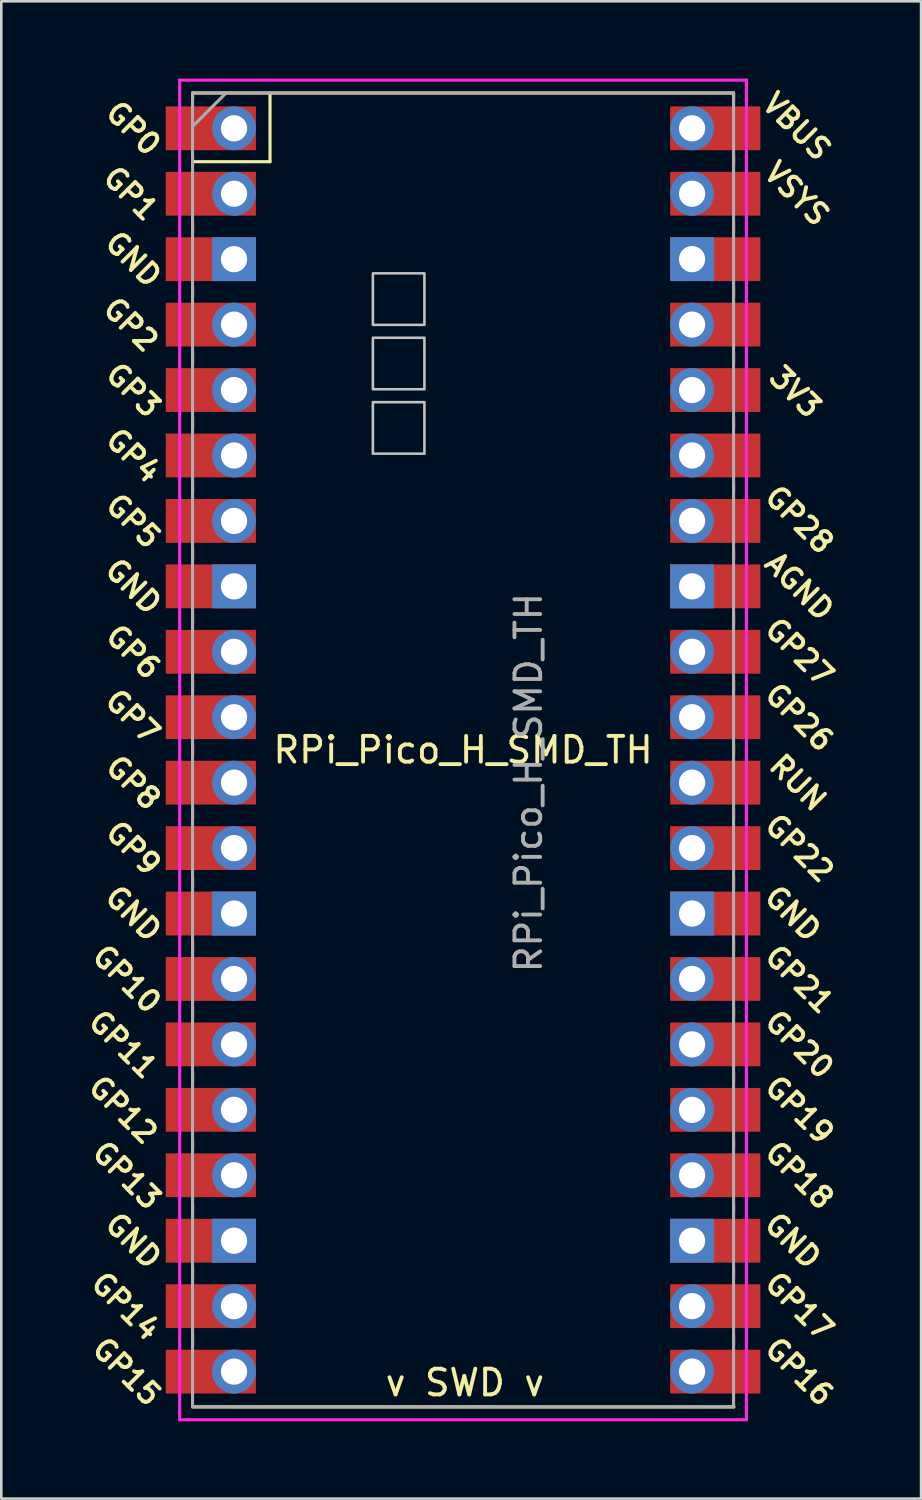
<source format=kicad_pcb>
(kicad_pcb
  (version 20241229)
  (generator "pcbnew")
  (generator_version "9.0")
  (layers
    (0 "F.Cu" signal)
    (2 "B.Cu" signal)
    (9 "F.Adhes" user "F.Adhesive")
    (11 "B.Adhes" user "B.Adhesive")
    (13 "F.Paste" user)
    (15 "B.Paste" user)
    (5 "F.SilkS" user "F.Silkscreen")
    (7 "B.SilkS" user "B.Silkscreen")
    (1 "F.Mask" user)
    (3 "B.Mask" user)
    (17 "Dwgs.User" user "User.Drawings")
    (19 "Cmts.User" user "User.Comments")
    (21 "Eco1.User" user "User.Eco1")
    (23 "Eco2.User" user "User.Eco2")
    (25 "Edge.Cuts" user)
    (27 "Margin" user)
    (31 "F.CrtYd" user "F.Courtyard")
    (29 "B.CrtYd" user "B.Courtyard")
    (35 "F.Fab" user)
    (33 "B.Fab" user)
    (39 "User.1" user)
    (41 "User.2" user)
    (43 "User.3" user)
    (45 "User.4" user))
  (footprint "RPi_Pico_H_SMD_TH"
    (layer "F.Cu")
    (at 14.924 26.06)
    (property "Reference" "RPi_Pico_H_SMD_TH" (at 0 0 0) (layer "F.SilkS") (effects (font (size 1 1) (thickness 0.15))))
    (attr through_hole)
    (fp_line (start -10.5 -25.5) (end -10.5 -25.2) (stroke (width 0.12) (type solid)) (layer "F.SilkS"))
    (fp_line (start -10.5 -25.5) (end 10.5 -25.5) (stroke (width 0.12) (type solid)) (layer "F.SilkS"))
    (fp_line (start -10.5 -23.1) (end -10.5 -22.7) (stroke (width 0.12) (type solid)) (layer "F.SilkS"))
    (fp_line (start -10.5 -22.833) (end -7.493 -22.833) (stroke (width 0.12) (type solid)) (layer "F.SilkS"))
    (fp_line (start -10.5 -20.5) (end -10.5 -20.1) (stroke (width 0.12) (type solid)) (layer "F.SilkS"))
    (fp_line (start -10.5 -18) (end -10.5 -17.6) (stroke (width 0.12) (type solid)) (layer "F.SilkS"))
    (fp_line (start -10.5 -15.4) (end -10.5 -15) (stroke (width 0.12) (type solid)) (layer "F.SilkS"))
    (fp_line (start -10.5 -12.9) (end -10.5 -12.5) (stroke (width 0.12) (type solid)) (layer "F.SilkS"))
    (fp_line (start -10.5 -10.4) (end -10.5 -10) (stroke (width 0.12) (type solid)) (layer "F.SilkS"))
    (fp_line (start -10.5 -7.8) (end -10.5 -7.4) (stroke (width 0.12) (type solid)) (layer "F.SilkS"))
    (fp_line (start -10.5 -5.3) (end -10.5 -4.9) (stroke (width 0.12) (type solid)) (layer "F.SilkS"))
    (fp_line (start -10.5 -2.7) (end -10.5 -2.3) (stroke (width 0.12) (type solid)) (layer "F.SilkS"))
    (fp_line (start -10.5 -0.2) (end -10.5 0.2) (stroke (width 0.12) (type solid)) (layer "F.SilkS"))
    (fp_line (start -10.5 2.3) (end -10.5 2.7) (stroke (width 0.12) (type solid)) (layer "F.SilkS"))
    (fp_line (start -10.5 4.9) (end -10.5 5.3) (stroke (width 0.12) (type solid)) (layer "F.SilkS"))
    (fp_line (start -10.5 7.4) (end -10.5 7.8) (stroke (width 0.12) (type solid)) (layer "F.SilkS"))
    (fp_line (start -10.5 10) (end -10.5 10.4) (stroke (width 0.12) (type solid)) (layer "F.SilkS"))
    (fp_line (start -10.5 12.5) (end -10.5 12.9) (stroke (width 0.12) (type solid)) (layer "F.SilkS"))
    (fp_line (start -10.5 15.1) (end -10.5 15.5) (stroke (width 0.12) (type solid)) (layer "F.SilkS"))
    (fp_line (start -10.5 17.6) (end -10.5 18) (stroke (width 0.12) (type solid)) (layer "F.SilkS"))
    (fp_line (start -10.5 20.1) (end -10.5 20.5) (stroke (width 0.12) (type solid)) (layer "F.SilkS"))
    (fp_line (start -10.5 22.7) (end -10.5 23.1) (stroke (width 0.12) (type solid)) (layer "F.SilkS"))
    (fp_line (start -7.493 -22.833) (end -7.493 -25.5) (stroke (width 0.12) (type solid)) (layer "F.SilkS"))
    (fp_line (start 10.5 -25.5) (end 10.5 -25.2) (stroke (width 0.12) (type solid)) (layer "F.SilkS"))
    (fp_line (start 10.5 -23.1) (end 10.5 -22.7) (stroke (width 0.12) (type solid)) (layer "F.SilkS"))
    (fp_line (start 10.5 -20.5) (end 10.5 -20.1) (stroke (width 0.12) (type solid)) (layer "F.SilkS"))
    (fp_line (start 10.5 -18) (end 10.5 -17.6) (stroke (width 0.12) (type solid)) (layer "F.SilkS"))
    (fp_line (start 10.5 -15.4) (end 10.5 -15) (stroke (width 0.12) (type solid)) (layer "F.SilkS"))
    (fp_line (start 10.5 -12.9) (end 10.5 -12.5) (stroke (width 0.12) (type solid)) (layer "F.SilkS"))
    (fp_line (start 10.5 -10.4) (end 10.5 -10) (stroke (width 0.12) (type solid)) (layer "F.SilkS"))
    (fp_line (start 10.5 -7.8) (end 10.5 -7.4) (stroke (width 0.12) (type solid)) (layer "F.SilkS"))
    (fp_line (start 10.5 -5.3) (end 10.5 -4.9) (stroke (width 0.12) (type solid)) (layer "F.SilkS"))
    (fp_line (start 10.5 -2.7) (end 10.5 -2.3) (stroke (width 0.12) (type solid)) (layer "F.SilkS"))
    (fp_line (start 10.5 -0.2) (end 10.5 0.2) (stroke (width 0.12) (type solid)) (layer "F.SilkS"))
    (fp_line (start 10.5 2.3) (end 10.5 2.7) (stroke (width 0.12) (type solid)) (layer "F.SilkS"))
    (fp_line (start 10.5 4.9) (end 10.5 5.3) (stroke (width 0.12) (type solid)) (layer "F.SilkS"))
    (fp_line (start 10.5 7.4) (end 10.5 7.8) (stroke (width 0.12) (type solid)) (layer "F.SilkS"))
    (fp_line (start 10.5 10) (end 10.5 10.4) (stroke (width 0.12) (type solid)) (layer "F.SilkS"))
    (fp_line (start 10.5 12.5) (end 10.5 12.9) (stroke (width 0.12) (type solid)) (layer "F.SilkS"))
    (fp_line (start 10.5 15.1) (end 10.5 15.5) (stroke (width 0.12) (type solid)) (layer "F.SilkS"))
    (fp_line (start 10.5 17.6) (end 10.5 18) (stroke (width 0.12) (type solid)) (layer "F.SilkS"))
    (fp_line (start 10.5 20.1) (end 10.5 20.5) (stroke (width 0.12) (type solid)) (layer "F.SilkS"))
    (fp_line (start 10.5 22.7) (end 10.5 23.1) (stroke (width 0.12) (type solid)) (layer "F.SilkS"))
    (fp_line (start 10.516 25.502) (end -10.5 25.5) (stroke (width 0.12) (type solid)) (layer "F.SilkS"))
    (fp_poly (pts (xy -1.5 -16.5) (xy -3.5 -16.5) (xy -3.5 -18.5) (xy -1.5 -18.5)) (stroke (width 0.1) (type solid)) (fill no) (layer "Dwgs.User"))
    (fp_poly (pts (xy -1.5 -14) (xy -3.5 -14) (xy -3.5 -16) (xy -1.5 -16)) (stroke (width 0.1) (type solid)) (fill no) (layer "Dwgs.User"))
    (fp_poly (pts (xy -1.5 -11.5) (xy -3.5 -11.5) (xy -3.5 -13.5) (xy -1.5 -13.5)) (stroke (width 0.1) (type solid)) (fill no) (layer "Dwgs.User"))
    (fp_line (start -11 -26) (end 11 -26) (stroke (width 0.12) (type solid)) (layer "F.CrtYd"))
    (fp_line (start -11 26) (end -11 -26) (stroke (width 0.12) (type solid)) (layer "F.CrtYd"))
    (fp_line (start 11 -26) (end 11 26) (stroke (width 0.12) (type solid)) (layer "F.CrtYd"))
    (fp_line (start 11 26) (end -11 26) (stroke (width 0.12) (type solid)) (layer "F.CrtYd"))
    (fp_line (start -10.5 -25.5) (end 10.5 -25.5) (stroke (width 0.12) (type solid)) (layer "F.Fab"))
    (fp_line (start -10.5 -24.2) (end -9.2 -25.5) (stroke (width 0.12) (type solid)) (layer "F.Fab"))
    (fp_line (start -10.5 25.5) (end -10.5 -25.5) (stroke (width 0.12) (type solid)) (layer "F.Fab"))
    (fp_line (start 10.5 -25.5) (end 10.5 25.5) (stroke (width 0.12) (type solid)) (layer "F.Fab"))
    (fp_line (start 10.5 25.5) (end -10.5 25.5) (stroke (width 0.12) (type solid)) (layer "F.Fab"))
    (fp_text user "GP21" (at 13.054 8.9 135) (layer "F.SilkS") (effects (font (size 0.8 0.8) (thickness 0.15))))
    (fp_text user "GP10" (at -13.054 8.89 135) (layer "F.SilkS") (effects (font (size 0.8 0.8) (thickness 0.15))))
    (fp_text user "GP26" (at 13.054 -1.27 135) (layer "F.SilkS") (effects (font (size 0.8 0.8) (thickness 0.15))))
    (fp_text user "GP5" (at -12.8 -8.89 135) (layer "F.SilkS") (effects (font (size 0.8 0.8) (thickness 0.15))))
    (fp_text user "GP3" (at -12.8 -13.97 135) (layer "F.SilkS") (effects (font (size 0.8 0.8) (thickness 0.15))))
    (fp_text user "GP19" (at 13.054 13.97 135) (layer "F.SilkS") (effects (font (size 0.8 0.8) (thickness 0.15))))
    (fp_text user "GND" (at -12.8 6.35 135) (layer "F.SilkS") (effects (font (size 0.8 0.8) (thickness 0.15))))
    (fp_text user "GP16" (at 13.054 24.13 135) (layer "F.SilkS") (effects (font (size 0.8 0.8) (thickness 0.15))))
    (fp_text user "GP1" (at -12.9 -21.6 135) (layer "F.SilkS") (effects (font (size 0.8 0.8) (thickness 0.15))))
    (fp_text user "GP0" (at -12.8 -24.13 135) (layer "F.SilkS") (effects (font (size 0.8 0.8) (thickness 0.15))))
    (fp_text user "3V3" (at 12.9 -13.9 135) (layer "F.SilkS") (effects (font (size 0.8 0.8) (thickness 0.15))))
    (fp_text user "GND" (at -12.8 -19.05 135) (layer "F.SilkS") (effects (font (size 0.8 0.8) (thickness 0.15))))
    (fp_text user "GP9" (at -12.8 3.81 135) (layer "F.SilkS") (effects (font (size 0.8 0.8) (thickness 0.15))))
    (fp_text user "GND" (at 12.8 6.35 135) (layer "F.SilkS") (effects (font (size 0.8 0.8) (thickness 0.15))))
    (fp_text user "GP11" (at -13.2 11.43 135) (layer "F.SilkS") (effects (font (size 0.8 0.8) (thickness 0.15))))
    (fp_text user "GP2" (at -12.9 -16.51 135) (layer "F.SilkS") (effects (font (size 0.8 0.8) (thickness 0.15))))
    (fp_text user "GND" (at -12.8 19.05 135) (layer "F.SilkS") (effects (font (size 0.8 0.8) (thickness 0.15))))
    (fp_text user "v SWD v" (at -3.099 25.146 0) (unlocked yes) (layer "F.SilkS") (effects (font (size 1 1) (thickness 0.15)) (justify left bottom)))
    (fp_text user "GP15" (at -13.054 24.13 135) (layer "F.SilkS") (effects (font (size 0.8 0.8) (thickness 0.15))))
    (fp_text user "GP27" (at 13.054 -3.8 135) (layer "F.SilkS") (effects (font (size 0.8 0.8) (thickness 0.15))))
    (fp_text user "GP22" (at 13.054 3.81 135) (layer "F.SilkS") (effects (font (size 0.8 0.8) (thickness 0.15))))
    (fp_text user "VBUS" (at 12.954 -24.2 135) (layer "F.SilkS") (effects (font (size 0.8 0.8) (thickness 0.15))))
    (fp_text user "GP6" (at -12.8 -3.81 135) (layer "F.SilkS") (effects (font (size 0.8 0.8) (thickness 0.15))))
    (fp_text user "GP17" (at 13.054 21.59 135) (layer "F.SilkS") (effects (font (size 0.8 0.8) (thickness 0.15))))
    (fp_text user "GND" (at -12.8 -6.35 135) (layer "F.SilkS") (effects (font (size 0.8 0.8) (thickness 0.15))))
    (fp_text user "GP13" (at -13.054 16.51 135) (layer "F.SilkS") (effects (font (size 0.8 0.8) (thickness 0.15))))
    (fp_text user "GP14" (at -13.1 21.59 135) (layer "F.SilkS") (effects (font (size 0.8 0.8) (thickness 0.15))))
    (fp_text user "GND" (at 12.8 19.05 135) (layer "F.SilkS") (effects (font (size 0.8 0.8) (thickness 0.15))))
    (fp_text user "GP20" (at 13.054 11.43 135) (layer "F.SilkS") (effects (font (size 0.8 0.8) (thickness 0.15))))
    (fp_text user "VSYS" (at 12.954 -21.59 135) (layer "F.SilkS") (effects (font (size 0.8 0.8) (thickness 0.15))))
    (fp_text user "GP28" (at 13.054 -8.94 135) (layer "F.SilkS") (effects (font (size 0.8 0.8) (thickness 0.15))))
    (fp_text user "AGND" (at 13.054 -6.35 135) (layer "F.SilkS") (effects (font (size 0.8 0.8) (thickness 0.15))))
    (fp_text user "RUN" (at 13 1.27 135) (layer "F.SilkS") (effects (font (size 0.8 0.8) (thickness 0.15))))
    (fp_text user "GP12" (at -13.2 13.97 135) (layer "F.SilkS") (effects (font (size 0.8 0.8) (thickness 0.15))))
    (fp_text user "GP18" (at 13.054 16.51 135) (layer "F.SilkS") (effects (font (size 0.8 0.8) (thickness 0.15))))
    (fp_text user "GP8" (at -12.8 1.27 135) (layer "F.SilkS") (effects (font (size 0.8 0.8) (thickness 0.15))))
    (fp_text user "GP7" (at -12.827 -1.3 135) (layer "F.SilkS") (effects (font (size 0.8 0.8) (thickness 0.15))))
    (fp_text user "GP4" (at -12.8 -11.43 135) (layer "F.SilkS") (effects (font (size 0.8 0.8) (thickness 0.15))))
    (fp_text user "${REFERENCE}" (at 2.54 1.27 270) (layer "F.Fab") (effects (font (size 1 1) (thickness 0.15))))
    (pad "1" thru_hole oval (at -8.89 -24.13) (size 1.7 1.7) (drill 1.02) (layers "*.Cu" "*.Mask"))
    (pad "1" smd rect (at -8.89 -24.13) (size 3.5 1.7) (drill (offset -0.9 0)) (layers "F.Cu" "F.Mask"))
    (pad "2" thru_hole oval (at -8.89 -21.59) (size 1.7 1.7) (drill 1.02) (layers "*.Cu" "*.Mask"))
    (pad "2" smd rect (at -8.89 -21.59) (size 3.5 1.7) (drill (offset -0.9 0)) (layers "F.Cu" "F.Mask"))
    (pad "3" thru_hole rect (at -8.89 -19.05) (size 1.7 1.7) (drill 1.02) (layers "*.Cu" "*.Mask"))
    (pad "3" smd rect (at -8.89 -19.05) (size 3.5 1.7) (drill (offset -0.9 0)) (layers "F.Cu" "F.Mask"))
    (pad "4" thru_hole oval (at -8.89 -16.51) (size 1.7 1.7) (drill 1.02) (layers "*.Cu" "*.Mask"))
    (pad "4" smd rect (at -8.89 -16.51) (size 3.5 1.7) (drill (offset -0.9 0)) (layers "F.Cu" "F.Mask"))
    (pad "5" thru_hole oval (at -8.89 -13.97) (size 1.7 1.7) (drill 1.02) (layers "*.Cu" "*.Mask"))
    (pad "5" smd rect (at -8.89 -13.97) (size 3.5 1.7) (drill (offset -0.9 0)) (layers "F.Cu" "F.Mask"))
    (pad "6" thru_hole oval (at -8.89 -11.43) (size 1.7 1.7) (drill 1.02) (layers "*.Cu" "*.Mask"))
    (pad "6" smd rect (at -8.89 -11.43) (size 3.5 1.7) (drill (offset -0.9 0)) (layers "F.Cu" "F.Mask"))
    (pad "7" thru_hole oval (at -8.89 -8.89) (size 1.7 1.7) (drill 1.02) (layers "*.Cu" "*.Mask"))
    (pad "7" smd rect (at -8.89 -8.89) (size 3.5 1.7) (drill (offset -0.9 0)) (layers "F.Cu" "F.Mask"))
    (pad "8" thru_hole rect (at -8.89 -6.35) (size 1.7 1.7) (drill 1.02) (layers "*.Cu" "*.Mask"))
    (pad "8" smd rect (at -8.89 -6.35) (size 3.5 1.7) (drill (offset -0.9 0)) (layers "F.Cu" "F.Mask"))
    (pad "9" thru_hole oval (at -8.89 -3.81) (size 1.7 1.7) (drill 1.02) (layers "*.Cu" "*.Mask"))
    (pad "9" smd rect (at -8.89 -3.81) (size 3.5 1.7) (drill (offset -0.9 0)) (layers "F.Cu" "F.Mask"))
    (pad "10" thru_hole oval (at -8.89 -1.27) (size 1.7 1.7) (drill 1.02) (layers "*.Cu" "*.Mask"))
    (pad "10" smd rect (at -8.89 -1.27) (size 3.5 1.7) (drill (offset -0.9 0)) (layers "F.Cu" "F.Mask"))
    (pad "11" thru_hole oval (at -8.89 1.27) (size 1.7 1.7) (drill 1.02) (layers "*.Cu" "*.Mask"))
    (pad "11" smd rect (at -8.89 1.27) (size 3.5 1.7) (drill (offset -0.9 0)) (layers "F.Cu" "F.Mask"))
    (pad "12" thru_hole oval (at -8.89 3.81) (size 1.7 1.7) (drill 1.02) (layers "*.Cu" "*.Mask"))
    (pad "12" smd rect (at -8.89 3.81) (size 3.5 1.7) (drill (offset -0.9 0)) (layers "F.Cu" "F.Mask"))
    (pad "13" thru_hole rect (at -8.89 6.35) (size 1.7 1.7) (drill 1.02) (layers "*.Cu" "*.Mask"))
    (pad "13" smd rect (at -8.89 6.35) (size 3.5 1.7) (drill (offset -0.9 0)) (layers "F.Cu" "F.Mask"))
    (pad "14" thru_hole oval (at -8.89 8.89) (size 1.7 1.7) (drill 1.02) (layers "*.Cu" "*.Mask"))
    (pad "14" smd rect (at -8.89 8.89) (size 3.5 1.7) (drill (offset -0.9 0)) (layers "F.Cu" "F.Mask"))
    (pad "15" thru_hole oval (at -8.89 11.43) (size 1.7 1.7) (drill 1.02) (layers "*.Cu" "*.Mask"))
    (pad "15" smd rect (at -8.89 11.43) (size 3.5 1.7) (drill (offset -0.9 0)) (layers "F.Cu" "F.Mask"))
    (pad "16" thru_hole oval (at -8.89 13.97) (size 1.7 1.7) (drill 1.02) (layers "*.Cu" "*.Mask"))
    (pad "16" smd rect (at -8.89 13.97) (size 3.5 1.7) (drill (offset -0.9 0)) (layers "F.Cu" "F.Mask"))
    (pad "17" thru_hole oval (at -8.89 16.51) (size 1.7 1.7) (drill 1.02) (layers "*.Cu" "*.Mask"))
    (pad "17" smd rect (at -8.89 16.51) (size 3.5 1.7) (drill (offset -0.9 0)) (layers "F.Cu" "F.Mask"))
    (pad "18" thru_hole rect (at -8.89 19.05) (size 1.7 1.7) (drill 1.02) (layers "*.Cu" "*.Mask"))
    (pad "18" smd rect (at -8.89 19.05) (size 3.5 1.7) (drill (offset -0.9 0)) (layers "F.Cu" "F.Mask"))
    (pad "19" thru_hole oval (at -8.89 21.59) (size 1.7 1.7) (drill 1.02) (layers "*.Cu" "*.Mask"))
    (pad "19" smd rect (at -8.89 21.59) (size 3.5 1.7) (drill (offset -0.9 0)) (layers "F.Cu" "F.Mask"))
    (pad "20" thru_hole oval (at -8.89 24.13) (size 1.7 1.7) (drill 1.02) (layers "*.Cu" "*.Mask"))
    (pad "20" smd rect (at -8.89 24.13) (size 3.5 1.7) (drill (offset -0.9 0)) (layers "F.Cu" "F.Mask"))
    (pad "21" thru_hole oval (at 8.89 24.13) (size 1.7 1.7) (drill 1.02) (layers "*.Cu" "*.Mask"))
    (pad "21" smd rect (at 8.89 24.13) (size 3.5 1.7) (drill (offset 0.9 0)) (layers "F.Cu" "F.Mask"))
    (pad "22" thru_hole oval (at 8.89 21.59) (size 1.7 1.7) (drill 1.02) (layers "*.Cu" "*.Mask"))
    (pad "22" smd rect (at 8.89 21.59) (size 3.5 1.7) (drill (offset 0.9 0)) (layers "F.Cu" "F.Mask"))
    (pad "23" thru_hole rect (at 8.89 19.05) (size 1.7 1.7) (drill 1.02) (layers "*.Cu" "*.Mask"))
    (pad "23" smd rect (at 8.89 19.05) (size 3.5 1.7) (drill (offset 0.9 0)) (layers "F.Cu" "F.Mask"))
    (pad "24" thru_hole oval (at 8.89 16.51) (size 1.7 1.7) (drill 1.02) (layers "*.Cu" "*.Mask"))
    (pad "24" smd rect (at 8.89 16.51) (size 3.5 1.7) (drill (offset 0.9 0)) (layers "F.Cu" "F.Mask"))
    (pad "25" thru_hole oval (at 8.89 13.97) (size 1.7 1.7) (drill 1.02) (layers "*.Cu" "*.Mask"))
    (pad "25" smd rect (at 8.89 13.97) (size 3.5 1.7) (drill (offset 0.9 0)) (layers "F.Cu" "F.Mask"))
    (pad "26" thru_hole oval (at 8.89 11.43) (size 1.7 1.7) (drill 1.02) (layers "*.Cu" "*.Mask"))
    (pad "26" smd rect (at 8.89 11.43) (size 3.5 1.7) (drill (offset 0.9 0)) (layers "F.Cu" "F.Mask"))
    (pad "27" thru_hole oval (at 8.89 8.89) (size 1.7 1.7) (drill 1.02) (layers "*.Cu" "*.Mask"))
    (pad "27" smd rect (at 8.89 8.89) (size 3.5 1.7) (drill (offset 0.9 0)) (layers "F.Cu" "F.Mask"))
    (pad "28" thru_hole rect (at 8.89 6.35) (size 1.7 1.7) (drill 1.02) (layers "*.Cu" "*.Mask"))
    (pad "28" smd rect (at 8.89 6.35) (size 3.5 1.7) (drill (offset 0.9 0)) (layers "F.Cu" "F.Mask"))
    (pad "29" thru_hole oval (at 8.89 3.81) (size 1.7 1.7) (drill 1.02) (layers "*.Cu" "*.Mask"))
    (pad "29" smd rect (at 8.89 3.81) (size 3.5 1.7) (drill (offset 0.9 0)) (layers "F.Cu" "F.Mask"))
    (pad "30" thru_hole oval (at 8.89 1.27) (size 1.7 1.7) (drill 1.02) (layers "*.Cu" "*.Mask"))
    (pad "30" smd rect (at 8.89 1.27) (size 3.5 1.7) (drill (offset 0.9 0)) (layers "F.Cu" "F.Mask"))
    (pad "31" thru_hole oval (at 8.89 -1.27) (size 1.7 1.7) (drill 1.02) (layers "*.Cu" "*.Mask"))
    (pad "31" smd rect (at 8.89 -1.27) (size 3.5 1.7) (drill (offset 0.9 0)) (layers "F.Cu" "F.Mask"))
    (pad "32" thru_hole oval (at 8.89 -3.81) (size 1.7 1.7) (drill 1.02) (layers "*.Cu" "*.Mask"))
    (pad "32" smd rect (at 8.89 -3.81) (size 3.5 1.7) (drill (offset 0.9 0)) (layers "F.Cu" "F.Mask"))
    (pad "33" thru_hole rect (at 8.89 -6.35) (size 1.7 1.7) (drill 1.02) (layers "*.Cu" "*.Mask"))
    (pad "33" smd rect (at 8.89 -6.35) (size 3.5 1.7) (drill (offset 0.9 0)) (layers "F.Cu" "F.Mask"))
    (pad "34" thru_hole oval (at 8.89 -8.89) (size 1.7 1.7) (drill 1.02) (layers "*.Cu" "*.Mask"))
    (pad "34" smd rect (at 8.89 -8.89) (size 3.5 1.7) (drill (offset 0.9 0)) (layers "F.Cu" "F.Mask"))
    (pad "35" thru_hole oval (at 8.89 -11.43) (size 1.7 1.7) (drill 1.02) (layers "*.Cu" "*.Mask"))
    (pad "35" smd rect (at 8.89 -11.43) (size 3.5 1.7) (drill (offset 0.9 0)) (layers "F.Cu" "F.Mask"))
    (pad "36" thru_hole oval (at 8.89 -13.97) (size 1.7 1.7) (drill 1.02) (layers "*.Cu" "*.Mask"))
    (pad "36" smd rect (at 8.89 -13.97) (size 3.5 1.7) (drill (offset 0.9 0)) (layers "F.Cu" "F.Mask"))
    (pad "37" thru_hole oval (at 8.89 -16.51) (size 1.7 1.7) (drill 1.02) (layers "*.Cu" "*.Mask"))
    (pad "37" smd rect (at 8.89 -16.51) (size 3.5 1.7) (drill (offset 0.9 0)) (layers "F.Cu" "F.Mask"))
    (pad "38" thru_hole rect (at 8.89 -19.05) (size 1.7 1.7) (drill 1.02) (layers "*.Cu" "*.Mask"))
    (pad "38" smd rect (at 8.89 -19.05) (size 3.5 1.7) (drill (offset 0.9 0)) (layers "F.Cu" "F.Mask"))
    (pad "39" thru_hole oval (at 8.89 -21.59) (size 1.7 1.7) (drill 1.02) (layers "*.Cu" "*.Mask"))
    (pad "39" smd rect (at 8.89 -21.59) (size 3.5 1.7) (drill (offset 0.9 0)) (layers "F.Cu" "F.Mask"))
    (pad "40" thru_hole oval (at 8.89 -24.13) (size 1.7 1.7) (drill 1.02) (layers "*.Cu" "*.Mask"))
    (pad "40" smd rect (at 8.89 -24.13) (size 3.5 1.7) (drill (offset 0.9 0)) (layers "F.Cu" "F.Mask")))
  (gr_rect
    (start -3 -3)
    (end 32.702 55.12)
    (stroke (width 0.1) (type default))
    (fill no)
    (layer "Edge.Cuts")))
</source>
